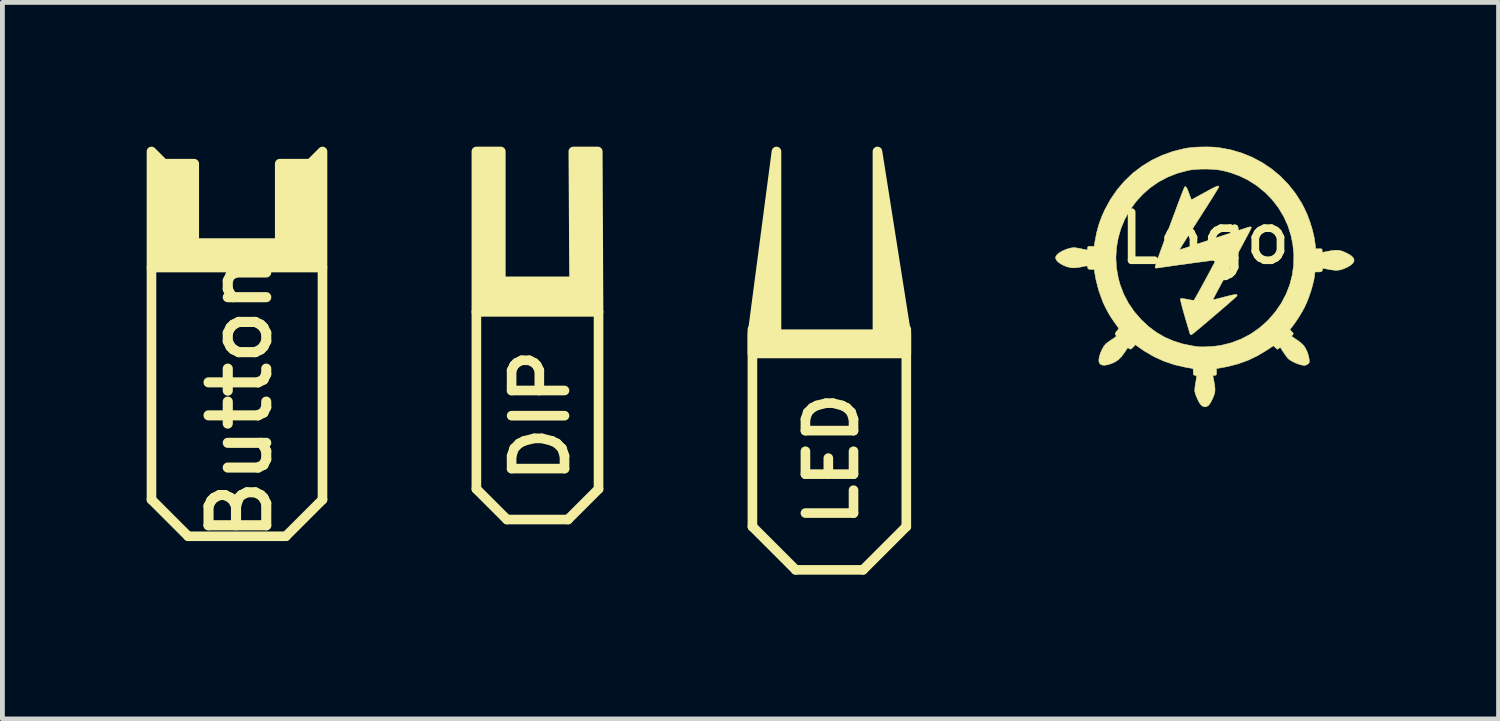
<source format=kicad_pcb>
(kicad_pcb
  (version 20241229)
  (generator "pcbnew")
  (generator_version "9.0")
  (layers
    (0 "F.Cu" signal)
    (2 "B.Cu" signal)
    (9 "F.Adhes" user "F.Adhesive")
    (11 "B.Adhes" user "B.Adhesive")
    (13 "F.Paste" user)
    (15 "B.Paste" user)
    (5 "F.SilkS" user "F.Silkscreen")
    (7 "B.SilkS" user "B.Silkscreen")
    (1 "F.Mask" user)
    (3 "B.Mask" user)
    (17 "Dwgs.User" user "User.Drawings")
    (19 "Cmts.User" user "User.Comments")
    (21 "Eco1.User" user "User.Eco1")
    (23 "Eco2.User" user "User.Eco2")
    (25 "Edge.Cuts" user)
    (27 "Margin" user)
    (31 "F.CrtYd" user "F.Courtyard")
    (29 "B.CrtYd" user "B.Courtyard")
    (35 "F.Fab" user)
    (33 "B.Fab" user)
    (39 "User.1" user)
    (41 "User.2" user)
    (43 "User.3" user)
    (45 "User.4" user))
  (footprint "DIP"
    (layer "F.Cu")
    (at 8.126 2.8)
    (property "Reference" "DIP" (at 0.064 2.794 270) (layer "F.SilkS") (effects (font (size 1.1 1.1) (thickness 0.2))))
    (attr through_hole)
    (fp_line (start -1.27 0.635) (end -1.27 4.318) (stroke (width 0.2) (type solid)) (layer "F.SilkS"))
    (fp_line (start -1.27 4.318) (end -0.635 4.953) (stroke (width 0.2) (type solid)) (layer "F.SilkS"))
    (fp_line (start -0.635 4.953) (end 0.635 4.953) (stroke (width 0.2) (type solid)) (layer "F.SilkS"))
    (fp_line (start 0.635 4.953) (end 1.27 4.318) (stroke (width 0.2) (type solid)) (layer "F.SilkS"))
    (fp_line (start 1.27 0.635) (end 1.27 4.318) (stroke (width 0.2) (type solid)) (layer "F.SilkS"))
    (fp_poly (pts (xy -0.762 0) (xy 0.762 0) (xy 0.746 -2.7) (xy 1.254 -2.7) (xy 1.27 0.635) (xy -1.27 0.635) (xy -1.27 -2.7) (xy -0.762 -2.7)) (stroke (width 0.2) (type solid)) (fill yes) (layer "F.SilkS")))
  (footprint "Logo"
    (layer "F.Cu")
    (at 22.005 2.707)
    (property "Reference" "Logo" (at 0 -0.8 0) (layer "F.SilkS") (effects (font (size 1 1) (thickness 0.16))))
    (attr through_hole)
    (fp_poly (pts (xy 0.286 -1.888) (xy 0.291 -1.879) (xy 0.289 -1.869) (xy 0.28 -1.852) (xy 0.258 -1.813) (xy 0.222 -1.755) (xy 0.173 -1.676) (xy 0.112 -1.578) (xy 0.038 -1.462) (xy -0.048 -1.327) (xy -0.146 -1.174) (xy -0.153 -1.162) (xy -0.217 -1.063) (xy -0.278 -0.967) (xy -0.335 -0.876) (xy -0.388 -0.792) (xy -0.435 -0.718) (xy -0.474 -0.656) (xy -0.503 -0.607) (xy -0.522 -0.576) (xy -0.529 -0.563) (xy -0.529 -0.563) (xy -0.516 -0.566) (xy -0.482 -0.577) (xy -0.428 -0.594) (xy -0.356 -0.617) (xy -0.268 -0.646) (xy -0.167 -0.679) (xy -0.054 -0.717) (xy 0.068 -0.757) (xy 0.198 -0.8) (xy 0.328 -0.844) (xy 0.451 -0.884) (xy 0.566 -0.922) (xy 0.669 -0.956) (xy 0.759 -0.985) (xy 0.834 -1.009) (xy 0.891 -1.027) (xy 0.928 -1.038) (xy 0.943 -1.041) (xy 0.962 -1.033) (xy 0.965 -1.023) (xy 0.959 -1.008) (xy 0.942 -0.973) (xy 0.916 -0.921) (xy 0.881 -0.854) (xy 0.838 -0.774) (xy 0.79 -0.684) (xy 0.737 -0.586) (xy 0.707 -0.53) (xy 0.609 -0.351) (xy 0.523 -0.194) (xy 0.448 -0.056) (xy 0.384 0.063) (xy 0.329 0.165) (xy 0.283 0.25) (xy 0.246 0.319) (xy 0.217 0.374) (xy 0.195 0.416) (xy 0.18 0.446) (xy 0.17 0.465) (xy 0.167 0.474) (xy 0.167 0.476) (xy 0.18 0.474) (xy 0.214 0.467) (xy 0.265 0.454) (xy 0.328 0.438) (xy 0.401 0.419) (xy 0.411 0.417) (xy 0.501 0.394) (xy 0.569 0.378) (xy 0.617 0.369) (xy 0.649 0.366) (xy 0.665 0.371) (xy 0.67 0.381) (xy 0.666 0.395) (xy 0.655 0.407) (xy 0.626 0.434) (xy 0.583 0.473) (xy 0.527 0.522) (xy 0.461 0.58) (xy 0.387 0.644) (xy 0.308 0.712) (xy 0.225 0.783) (xy 0.142 0.854) (xy 0.06 0.924) (xy -0.019 0.99) (xy -0.091 1.051) (xy -0.155 1.104) (xy -0.209 1.148) (xy -0.25 1.181) (xy -0.275 1.2) (xy -0.282 1.204) (xy -0.302 1.197) (xy -0.31 1.185) (xy -0.362 1.01) (xy -0.407 0.859) (xy -0.443 0.732) (xy -0.472 0.629) (xy -0.492 0.55) (xy -0.505 0.494) (xy -0.51 0.462) (xy -0.509 0.453) (xy -0.491 0.449) (xy -0.452 0.452) (xy -0.391 0.462) (xy -0.366 0.467) (xy -0.311 0.478) (xy -0.266 0.485) (xy -0.236 0.487) (xy -0.227 0.486) (xy -0.218 0.471) (xy -0.198 0.438) (xy -0.171 0.389) (xy -0.136 0.327) (xy -0.096 0.255) (xy -0.053 0.176) (xy -0.008 0.094) (xy 0.037 0.01) (xy 0.081 -0.071) (xy 0.122 -0.148) (xy 0.158 -0.216) (xy 0.189 -0.273) (xy 0.211 -0.317) (xy 0.224 -0.343) (xy 0.226 -0.35) (xy 0.213 -0.349) (xy 0.178 -0.345) (xy 0.124 -0.338) (xy 0.053 -0.329) (xy -0.031 -0.318) (xy -0.125 -0.305) (xy -0.227 -0.292) (xy -0.333 -0.277) (xy -0.441 -0.262) (xy -0.547 -0.248) (xy -0.648 -0.234) (xy -0.743 -0.22) (xy -0.827 -0.208) (xy -0.897 -0.198) (xy -0.952 -0.19) (xy -0.987 -0.184) (xy -0.988 -0.184) (xy -1.02 -0.182) (xy -1.036 -0.194) (xy -1.036 -0.195) (xy -1.033 -0.211) (xy -1.023 -0.248) (xy -1.005 -0.303) (xy -0.981 -0.374) (xy -0.951 -0.458) (xy -0.917 -0.553) (xy -0.879 -0.656) (xy -0.865 -0.694) (xy -0.82 -0.817) (xy -0.771 -0.949) (xy -0.721 -1.083) (xy -0.673 -1.214) (xy -0.627 -1.336) (xy -0.587 -1.445) (xy -0.561 -1.516) (xy -0.527 -1.604) (xy -0.497 -1.685) (xy -0.469 -1.755) (xy -0.447 -1.811) (xy -0.43 -1.851) (xy -0.421 -1.87) (xy -0.42 -1.871) (xy -0.404 -1.877) (xy -0.386 -1.861) (xy -0.365 -1.823) (xy -0.342 -1.765) (xy -0.325 -1.716) (xy -0.307 -1.671) (xy -0.296 -1.642) (xy -0.28 -1.602) (xy -0.016 -1.747) (xy 0.077 -1.798) (xy 0.151 -1.837) (xy 0.206 -1.864) (xy 0.246 -1.882) (xy 0.272 -1.889) (xy 0.286 -1.888)) (stroke (width 0.01) (type solid)) (fill yes) (layer "F.SilkS"))
    (fp_poly (pts (xy 0.176 -2.698) (xy 0.28 -2.689) (xy 0.292 -2.687) (xy 0.532 -2.643) (xy 0.762 -2.576) (xy 0.982 -2.487) (xy 1.191 -2.376) (xy 1.386 -2.245) (xy 1.567 -2.095) (xy 1.732 -1.925) (xy 1.88 -1.739) (xy 2.01 -1.535) (xy 2.06 -1.441) (xy 2.127 -1.296) (xy 2.186 -1.138) (xy 2.235 -0.977) (xy 2.272 -0.819) (xy 2.294 -0.673) (xy 2.295 -0.664) (xy 2.302 -0.584) (xy 2.37 -0.584) (xy 2.41 -0.584) (xy 2.43 -0.579) (xy 2.437 -0.567) (xy 2.438 -0.545) (xy 2.441 -0.518) (xy 2.451 -0.51) (xy 2.467 -0.513) (xy 2.492 -0.518) (xy 2.534 -0.527) (xy 2.587 -0.537) (xy 2.619 -0.542) (xy 2.697 -0.553) (xy 2.763 -0.554) (xy 2.824 -0.544) (xy 2.889 -0.521) (xy 2.959 -0.488) (xy 3.032 -0.446) (xy 3.079 -0.403) (xy 3.101 -0.36) (xy 3.098 -0.318) (xy 3.069 -0.275) (xy 3.015 -0.232) (xy 2.963 -0.203) (xy 2.874 -0.163) (xy 2.794 -0.141) (xy 2.715 -0.136) (xy 2.628 -0.146) (xy 2.623 -0.147) (xy 2.568 -0.157) (xy 2.518 -0.166) (xy 2.481 -0.173) (xy 2.478 -0.174) (xy 2.449 -0.177) (xy 2.442 -0.171) (xy 2.443 -0.167) (xy 2.445 -0.146) (xy 2.439 -0.127) (xy 2.425 -0.112) (xy 2.402 -0.104) (xy 2.361 -0.102) (xy 2.357 -0.102) (xy 2.289 -0.102) (xy 2.281 -0.029) (xy 2.265 0.067) (xy 2.238 0.177) (xy 2.204 0.296) (xy 2.163 0.416) (xy 2.119 0.529) (xy 2.074 0.628) (xy 2.025 0.718) (xy 1.966 0.816) (xy 1.903 0.914) (xy 1.841 1.002) (xy 1.83 1.016) (xy 1.767 1.099) (xy 1.807 1.14) (xy 1.83 1.165) (xy 1.838 1.181) (xy 1.832 1.196) (xy 1.823 1.206) (xy 1.807 1.227) (xy 1.805 1.237) (xy 1.817 1.246) (xy 1.845 1.265) (xy 1.885 1.292) (xy 1.908 1.307) (xy 1.958 1.343) (xy 2.005 1.382) (xy 2.042 1.416) (xy 2.05 1.424) (xy 2.09 1.483) (xy 2.126 1.558) (xy 2.153 1.638) (xy 2.168 1.713) (xy 2.168 1.716) (xy 2.171 1.757) (xy 2.168 1.782) (xy 2.156 1.8) (xy 2.14 1.814) (xy 2.106 1.833) (xy 2.073 1.841) (xy 2.072 1.841) (xy 2.014 1.834) (xy 1.945 1.814) (xy 1.872 1.786) (xy 1.805 1.751) (xy 1.749 1.715) (xy 1.725 1.693) (xy 1.703 1.666) (xy 1.673 1.625) (xy 1.64 1.577) (xy 1.629 1.561) (xy 1.567 1.464) (xy 1.537 1.488) (xy 1.518 1.502) (xy 1.503 1.503) (xy 1.485 1.49) (xy 1.466 1.472) (xy 1.425 1.433) (xy 1.287 1.524) (xy 1.094 1.64) (xy 0.895 1.735) (xy 0.687 1.81) (xy 0.464 1.867) (xy 0.289 1.899) (xy 0.241 1.906) (xy 0.241 1.975) (xy 0.24 2.015) (xy 0.236 2.036) (xy 0.225 2.045) (xy 0.213 2.046) (xy 0.185 2.047) (xy 0.173 2.046) (xy 0.167 2.055) (xy 0.17 2.079) (xy 0.189 2.177) (xy 0.203 2.254) (xy 0.209 2.315) (xy 0.21 2.365) (xy 0.204 2.405) (xy 0.204 2.41) (xy 0.187 2.465) (xy 0.163 2.525) (xy 0.134 2.584) (xy 0.104 2.635) (xy 0.076 2.671) (xy 0.067 2.679) (xy 0.021 2.703) (xy -0.025 2.701) (xy -0.07 2.674) (xy -0.083 2.661) (xy -0.111 2.623) (xy -0.141 2.569) (xy -0.17 2.506) (xy -0.194 2.443) (xy -0.209 2.389) (xy -0.21 2.386) (xy -0.211 2.351) (xy -0.207 2.299) (xy -0.199 2.238) (xy -0.196 2.221) (xy -0.184 2.153) (xy -0.177 2.106) (xy -0.174 2.076) (xy -0.177 2.059) (xy -0.185 2.051) (xy -0.199 2.048) (xy -0.206 2.047) (xy -0.226 2.043) (xy -0.237 2.033) (xy -0.241 2.009) (xy -0.241 1.974) (xy -0.243 1.936) (xy -0.248 1.911) (xy -0.252 1.905) (xy -0.268 1.903) (xy -0.303 1.897) (xy -0.353 1.889) (xy -0.401 1.88) (xy -0.633 1.827) (xy -0.852 1.753) (xy -1.061 1.658) (xy -1.264 1.539) (xy -1.342 1.485) (xy -1.445 1.412) (xy -1.493 1.462) (xy -1.522 1.49) (xy -1.54 1.502) (xy -1.555 1.501) (xy -1.572 1.491) (xy -1.595 1.478) (xy -1.606 1.475) (xy -1.614 1.487) (xy -1.633 1.515) (xy -1.659 1.554) (xy -1.674 1.576) (xy -1.734 1.657) (xy -1.794 1.718) (xy -1.859 1.764) (xy -1.928 1.797) (xy -2.017 1.827) (xy -2.09 1.839) (xy -2.145 1.832) (xy -2.183 1.808) (xy -2.203 1.764) (xy -2.204 1.76) (xy -2.204 1.712) (xy -2.192 1.65) (xy -2.17 1.581) (xy -2.14 1.513) (xy -2.106 1.451) (xy -2.07 1.404) (xy -2.062 1.395) (xy -2.034 1.373) (xy -1.993 1.342) (xy -1.945 1.309) (xy -1.928 1.298) (xy -1.881 1.267) (xy -1.854 1.246) (xy -1.843 1.232) (xy -1.845 1.222) (xy -1.848 1.219) (xy -1.865 1.195) (xy -1.86 1.165) (xy -1.833 1.128) (xy -1.826 1.121) (xy -1.8 1.09) (xy -1.794 1.069) (xy -1.797 1.062) (xy -1.883 0.943) (xy -1.954 0.838) (xy -2.013 0.74) (xy -2.064 0.644) (xy -2.111 0.545) (xy -2.126 0.509) (xy -2.206 0.289) (xy -2.265 0.061) (xy -2.292 -0.091) (xy -2.3 -0.151) (xy -2.366 -0.155) (xy -2.405 -0.158) (xy -2.425 -0.165) (xy -2.434 -0.179) (xy -2.436 -0.194) (xy -2.44 -0.213) (xy -2.449 -0.224) (xy -2.467 -0.227) (xy -2.5 -0.222) (xy -2.553 -0.211) (xy -2.561 -0.209) (xy -2.62 -0.198) (xy -2.683 -0.19) (xy -2.724 -0.187) (xy -2.792 -0.193) (xy -2.863 -0.209) (xy -2.931 -0.235) (xy -2.993 -0.267) (xy -3.045 -0.303) (xy -3.083 -0.342) (xy -3.103 -0.381) (xy -3.103 -0.396) (xy -1.851 -0.396) (xy -1.839 -0.187) (xy -1.802 0.022) (xy -1.764 0.162) (xy -1.688 0.361) (xy -1.59 0.547) (xy -1.47 0.723) (xy -1.327 0.887) (xy -1.323 0.891) (xy -1.171 1.033) (xy -1.011 1.153) (xy -0.84 1.253) (xy -0.656 1.333) (xy -0.459 1.395) (xy -0.244 1.438) (xy -0.14 1.453) (xy -0.088 1.456) (xy -0.018 1.456) (xy 0.063 1.452) (xy 0.149 1.447) (xy 0.232 1.439) (xy 0.305 1.429) (xy 0.342 1.423) (xy 0.554 1.37) (xy 0.754 1.293) (xy 0.944 1.194) (xy 1.121 1.073) (xy 1.285 0.93) (xy 1.325 0.89) (xy 1.469 0.723) (xy 1.59 0.546) (xy 1.689 0.358) (xy 1.765 0.163) (xy 1.817 -0.04) (xy 1.845 -0.248) (xy 1.849 -0.46) (xy 1.828 -0.674) (xy 1.791 -0.857) (xy 1.727 -1.06) (xy 1.64 -1.252) (xy 1.531 -1.434) (xy 1.402 -1.602) (xy 1.253 -1.755) (xy 1.087 -1.891) (xy 1.072 -1.902) (xy 0.901 -2.01) (xy 0.722 -2.098) (xy 0.531 -2.168) (xy 0.359 -2.212) (xy 0.267 -2.228) (xy 0.158 -2.237) (xy 0.039 -2.242) (xy -0.083 -2.241) (xy -0.199 -2.234) (xy -0.303 -2.223) (xy -0.359 -2.212) (xy -0.576 -2.153) (xy -0.779 -2.073) (xy -0.967 -1.972) (xy -1.142 -1.85) (xy -1.295 -1.714) (xy -1.44 -1.556) (xy -1.563 -1.384) (xy -1.665 -1.201) (xy -1.745 -1.009) (xy -1.803 -0.809) (xy -1.839 -0.604) (xy -1.851 -0.396) (xy -3.103 -0.396) (xy -3.104 -0.413) (xy -3.079 -0.456) (xy -3.032 -0.498) (xy -2.966 -0.537) (xy -2.886 -0.572) (xy -2.814 -0.594) (xy -2.782 -0.601) (xy -2.753 -0.606) (xy -2.721 -0.607) (xy -2.684 -0.604) (xy -2.636 -0.596) (xy -2.573 -0.584) (xy -2.491 -0.567) (xy -2.467 -0.562) (xy -2.447 -0.561) (xy -2.439 -0.575) (xy -2.438 -0.595) (xy -2.437 -0.618) (xy -2.43 -0.63) (xy -2.409 -0.634) (xy -2.37 -0.635) (xy -2.302 -0.635) (xy -2.287 -0.733) (xy -2.25 -0.923) (xy -2.202 -1.099) (xy -2.138 -1.27) (xy -2.077 -1.403) (xy -1.959 -1.618) (xy -1.822 -1.815) (xy -1.667 -1.996) (xy -1.496 -2.158) (xy -1.308 -2.301) (xy -1.106 -2.425) (xy -0.891 -2.527) (xy -0.663 -2.609) (xy -0.424 -2.668) (xy -0.392 -2.674) (xy -0.298 -2.688) (xy -0.186 -2.697) (xy -0.065 -2.701) (xy 0.059 -2.702) (xy 0.176 -2.698)) (stroke (width 0.01) (type solid)) (fill yes) (layer "F.SilkS")))
  (footprint "Button"
    (layer "F.Cu")
    (at 1.878 2.513)
    (property "Reference" "Button" (at 0.064 2.731 90) (layer "F.SilkS") (effects (font (size 1.2 1.2) (thickness 0.21))))
    (attr through_hole)
    (fp_line (start -1.778 0) (end -1.778 4.826) (stroke (width 0.2) (type solid)) (layer "F.SilkS"))
    (fp_line (start -1.778 4.826) (end -1.016 5.588) (stroke (width 0.2) (type solid)) (layer "F.SilkS"))
    (fp_line (start -1.016 5.588) (end 1.016 5.588) (stroke (width 0.2) (type solid)) (layer "F.SilkS"))
    (fp_line (start 1.778 4.826) (end 1.016 5.588) (stroke (width 0.2) (type solid)) (layer "F.SilkS"))
    (fp_line (start 1.778 4.826) (end 1.778 0) (stroke (width 0.2) (type solid)) (layer "F.SilkS"))
    (fp_poly (pts (xy 1.778 0) (xy -1.778 0) (xy -1.778 -2.413) (xy -1.524 -2.159) (xy -0.889 -2.159) (xy -0.889 -0.508) (xy 0.889 -0.508) (xy 0.889 -2.159) (xy 1.524 -2.159) (xy 1.778 -2.413)) (stroke (width 0.2) (type solid)) (fill yes) (layer "F.SilkS")))
  (footprint "LED"
    (layer "F.Cu")
    (at 14.196 3.8)
    (property "Reference" "LED" (at 0.05 2.7 90) (layer "F.SilkS") (effects (font (size 1 1) (thickness 0.2))))
    (attr smd)
    (fp_line (start -1.6 0) (end -1.6 4.1) (stroke (width 0.2) (type solid)) (layer "F.SilkS"))
    (fp_line (start -1.6 4.1) (end -0.7 5) (stroke (width 0.2) (type solid)) (layer "F.SilkS"))
    (fp_line (start -0.7 5) (end 0.7 5) (stroke (width 0.2) (type solid)) (layer "F.SilkS"))
    (fp_line (start 0.7 5) (end 1.6 4.1) (stroke (width 0.2) (type solid)) (layer "F.SilkS"))
    (fp_line (start 1.6 0) (end 1.6 4.1) (stroke (width 0.2) (type solid)) (layer "F.SilkS"))
    (fp_poly (pts (xy 1.6 0.1) (xy 1.6 0.5) (xy -1.6 0.5) (xy -1.6 0.1) (xy -1.1 -3.7) (xy -1.1 0.1) (xy 1 0.1) (xy 1 -3.7)) (stroke (width 0.2) (type solid)) (fill yes) (layer "F.SilkS")))
  (gr_rect
    (start -3 -3)
    (end 28.111 11.9)
    (stroke (width 0.1) (type default))
    (fill no)
    (layer "Edge.Cuts")))
</source>
